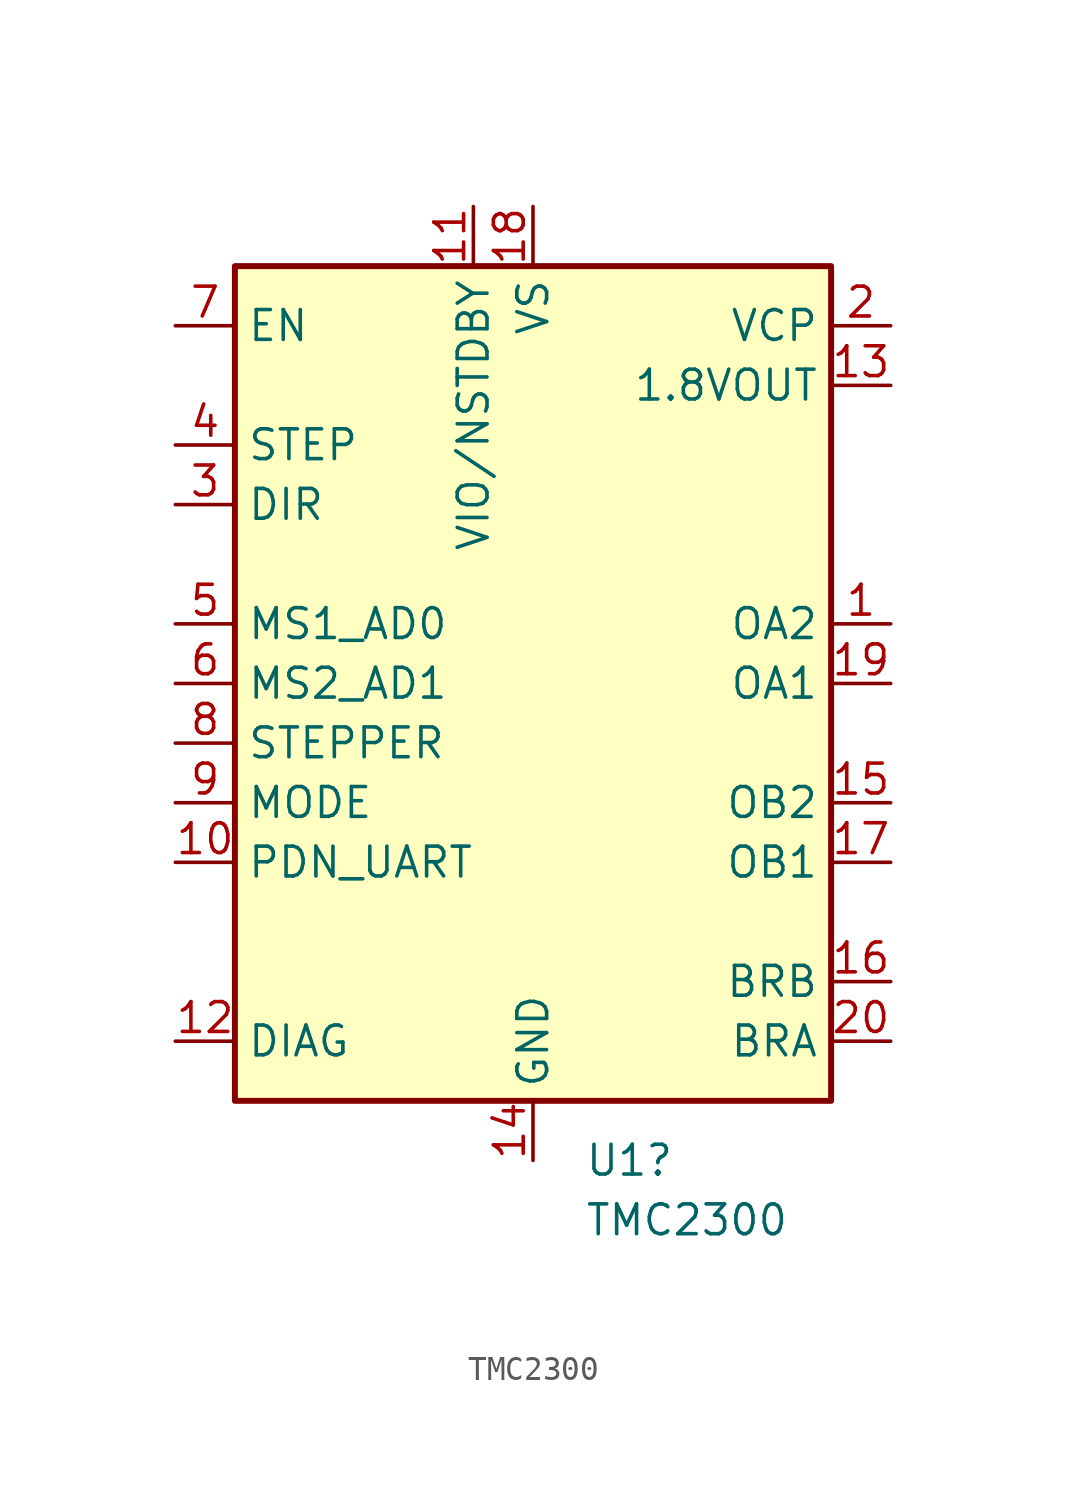
<source format=kicad_sym>
(kicad_symbol_lib
  (version 20231120)
  (generator "kicad_symbol_editor")
  (generator_version "8.0")
  (symbol "TMC2300"
    (property "Reference" "U1"
      (at 2.194 -20.32 0)
      (effects (font (size 1.27 1.27)) (justify left)))
    (property "Value" "TMC2300"
      (at 2.194 -22.86 0)
      (effects (font (size 1.27 1.27)) (justify left)))
    (symbol "TMC2300_1_1"
      (rectangle (start -12.7 17.78) (end 12.7 -17.78) (stroke (width 0.254) (type default)) (fill (type background)))
      (pin output line (at 15.24 2.54 180) (length 2.54) (name "OA2" (effects (font (size 1.27 1.27)))) (number "1" (effects (font (size 1.27 1.27)))))
      (pin bidirectional line (at -15.24 -7.62 0) (length 2.54) (name "PDN_UART" (effects (font (size 1.27 1.27)))) (number "10" (effects (font (size 1.27 1.27)))))
      (pin power_in line (at -2.54 20.32 270) (length 2.54) (name "VIO/NSTDBY" (effects (font (size 1.27 1.27)))) (number "11" (effects (font (size 1.27 1.27)))))
      (pin output line (at -15.24 -15.24 0) (length 2.54) (name "DIAG" (effects (font (size 1.27 1.27)))) (number "12" (effects (font (size 1.27 1.27)))))
      (pin power_out line (at 15.24 12.7 180) (length 2.54) (name "1.8VOUT" (effects (font (size 1.27 1.27)))) (number "13" (effects (font (size 1.27 1.27)))))
      (pin power_in line (at 0 -20.32 90) (length 2.54) (name "GND" (effects (font (size 1.27 1.27)))) (number "14" (effects (font (size 1.27 1.27)))))
      (pin output line (at 15.24 -5.08 180) (length 2.54) (name "OB2" (effects (font (size 1.27 1.27)))) (number "15" (effects (font (size 1.27 1.27)))))
      (pin passive line (at 15.24 -12.7 180) (length 2.54) (name "BRB" (effects (font (size 1.27 1.27)))) (number "16" (effects (font (size 1.27 1.27)))))
      (pin output line (at 15.24 -7.62 180) (length 2.54) (name "OB1" (effects (font (size 1.27 1.27)))) (number "17" (effects (font (size 1.27 1.27)))))
      (pin power_in line (at 0 20.32 270) (length 2.54) (name "VS" (effects (font (size 1.27 1.27)))) (number "18" (effects (font (size 1.27 1.27)))))
      (pin output line (at 15.24 0 180) (length 2.54) (name "OA1" (effects (font (size 1.27 1.27)))) (number "19" (effects (font (size 1.27 1.27)))))
      (pin passive line (at 15.24 15.24 180) (length 2.54) (name "VCP" (effects (font (size 1.27 1.27)))) (number "2" (effects (font (size 1.27 1.27)))))
      (pin passive line (at 15.24 -15.24 180) (length 2.54) (name "BRA" (effects (font (size 1.27 1.27)))) (number "20" (effects (font (size 1.27 1.27)))))
      (pin passive line (at 0 -20.32 90) (length 2.54) hide (name "GND" (effects (font (size 1.27 1.27)))) (number "21" (effects (font (size 1.27 1.27)))))
      (pin input line (at -15.24 7.62 0) (length 2.54) (name "DIR" (effects (font (size 1.27 1.27)))) (number "3" (effects (font (size 1.27 1.27)))))
      (pin input line (at -15.24 10.16 0) (length 2.54) (name "STEP" (effects (font (size 1.27 1.27)))) (number "4" (effects (font (size 1.27 1.27)))))
      (pin input line (at -15.24 2.54 0) (length 2.54) (name "MS1_AD0" (effects (font (size 1.27 1.27)))) (number "5" (effects (font (size 1.27 1.27)))))
      (pin input line (at -15.24 0 0) (length 2.54) (name "MS2_AD1" (effects (font (size 1.27 1.27)))) (number "6" (effects (font (size 1.27 1.27)))))
      (pin input line (at -15.24 15.24 0) (length 2.54) (name "EN" (effects (font (size 1.27 1.27)))) (number "7" (effects (font (size 1.27 1.27)))))
      (pin input line (at -15.24 -2.54 0) (length 2.54) (name "STEPPER" (effects (font (size 1.27 1.27)))) (number "8" (effects (font (size 1.27 1.27)))))
      (pin input line (at -15.24 -5.08 0) (length 2.54) (name "MODE" (effects (font (size 1.27 1.27)))) (number "9" (effects (font (size 1.27 1.27))))))))
</source>
